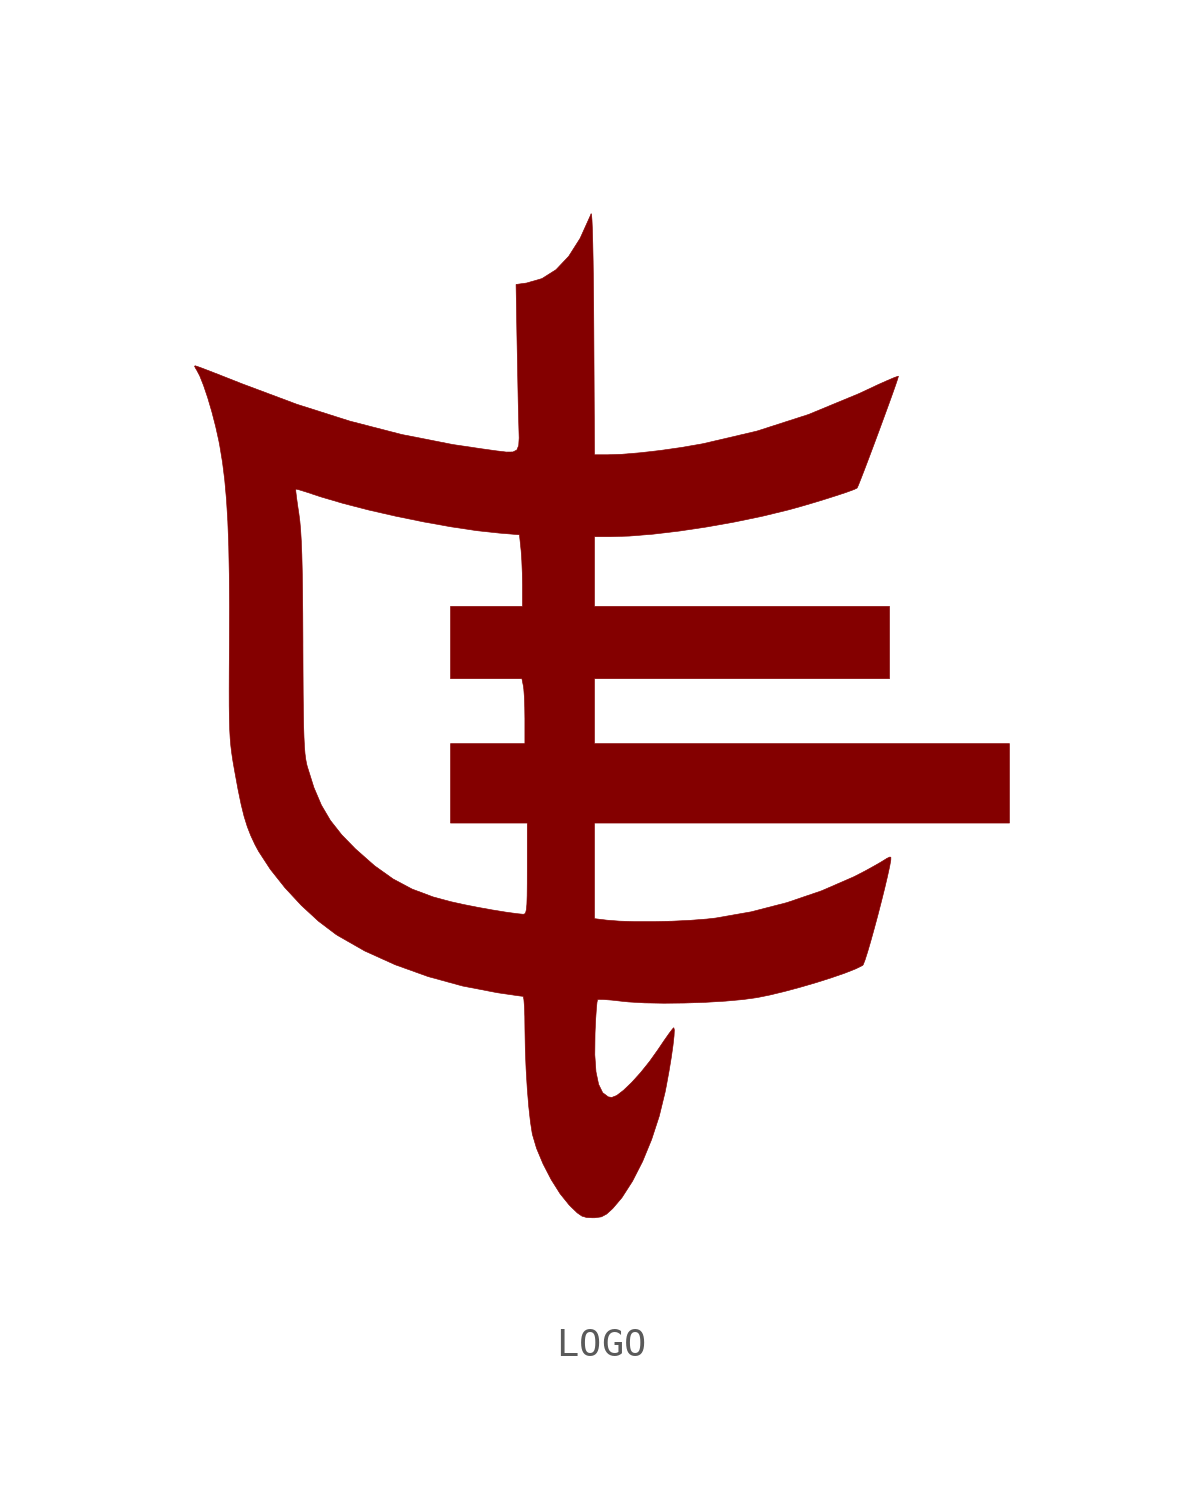
<source format=kicad_sym>
(kicad_symbol_lib
  (version 20220914)
  (generator bitmap2component)
  (symbol "LOGO"
    (pin_names
      (offset 1.016))
    (property "Reference" "#G"
      (at 0 17.289 0)
      (effects (font (size 1.27 1.27)) hide))
    (symbol "LOGO_0_0"
      (polyline (pts (xy -0.234 -17.753) (xy -0.01 -17.722) (xy 0.174 -17.624) (xy 0.392 -17.426) (xy 0.715 -17.045) (xy 1.09 -16.462) (xy 1.445 -15.767) (xy 1.764 -14.991) (xy 2.033 -14.166) (xy 2.239 -13.322) (xy 2.282 -13.103) (xy 2.378 -12.58) (xy 2.458 -12.095) (xy 2.518 -11.674) (xy 2.555 -11.341) (xy 2.565 -11.123) (xy 2.546 -11.046) (xy 2.5 -11.091) (xy 2.377 -11.253) (xy 2.2 -11.505) (xy 1.99 -11.816) (xy 1.989 -11.818) (xy 1.692 -12.235) (xy 1.375 -12.63) (xy 1.06 -12.978) (xy 0.77 -13.256) (xy 0.529 -13.44) (xy 0.358 -13.507) (xy 0.234 -13.488) (xy 0.037 -13.341) (xy -0.107 -13.047) (xy -0.2 -12.603) (xy -0.242 -12.004) (xy -0.234 -11.245) (xy -0.23 -11.138) (xy -0.21 -10.727) (xy -0.187 -10.388) (xy -0.165 -10.153) (xy -0.145 -10.056) (xy -0.103 -10.047) (xy 0.077 -10.051) (xy 0.364 -10.073) (xy 0.717 -10.113) (xy 0.952 -10.137) (xy 1.523 -10.17) (xy 2.195 -10.182) (xy 2.923 -10.175) (xy 3.662 -10.15) (xy 4.369 -10.108) (xy 4.997 -10.051) (xy 5.503 -9.98) (xy 5.919 -9.896) (xy 6.452 -9.768) (xy 7.019 -9.615) (xy 7.589 -9.449) (xy 8.126 -9.278) (xy 8.599 -9.114) (xy 8.973 -8.966) (xy 9.214 -8.845) (xy 9.233 -8.818) (xy 9.297 -8.653) (xy 9.388 -8.368) (xy 9.499 -7.989) (xy 9.622 -7.546) (xy 9.751 -7.067) (xy 9.876 -6.581) (xy 9.992 -6.115) (xy 10.09 -5.699) (xy 10.164 -5.361) (xy 10.206 -5.129) (xy 10.208 -5.032) (xy 10.172 -5.021) (xy 10.056 -5.075) (xy 10.03 -5.094) (xy 9.867 -5.194) (xy 9.612 -5.341) (xy 9.306 -5.51) (xy 8.898 -5.72) (xy 7.767 -6.212) (xy 6.543 -6.629) (xy 5.277 -6.956) (xy 4.015 -7.177) (xy 3.713 -7.211) (xy 3.134 -7.256) (xy 2.49 -7.287) (xy 1.827 -7.302) (xy 1.191 -7.302) (xy 0.63 -7.285) (xy 0.191 -7.251) (xy -0.254 -7.197) (xy -0.254 -5.51) (xy -0.254 -3.823) (xy 7.07 -3.823) (xy 14.393 -3.823) (xy 14.393 -2.421) (xy 14.393 -1.019) (xy 7.07 -1.019) (xy -0.254 -1.019) (xy -0.254 0.128) (xy -0.254 1.274) (xy 4.953 1.274) (xy 10.16 1.274) (xy 10.16 2.549) (xy 10.16 3.823) (xy 4.953 3.823) (xy -0.254 3.823) (xy -0.254 5.055) (xy -0.254 6.286) (xy 0.341 6.286) (xy 0.972 6.306) (xy 1.811 6.373) (xy 2.74 6.483) (xy 3.722 6.63) (xy 4.718 6.808) (xy 5.692 7.011) (xy 6.604 7.233) (xy 6.681 7.254) (xy 7.088 7.368) (xy 7.524 7.496) (xy 7.957 7.629) (xy 8.354 7.756) (xy 8.684 7.867) (xy 8.915 7.952) (xy 9.015 8.001) (xy 9.015 8.001) (xy 9.059 8.095) (xy 9.148 8.319) (xy 9.275 8.647) (xy 9.429 9.053) (xy 9.601 9.511) (xy 9.78 9.993) (xy 9.957 10.475) (xy 10.123 10.929) (xy 10.267 11.329) (xy 10.38 11.65) (xy 10.452 11.865) (xy 10.474 11.947) (xy 10.463 11.947) (xy 10.339 11.905) (xy 10.1 11.804) (xy 9.774 11.659) (xy 9.39 11.479) (xy 9.096 11.341) (xy 7.301 10.598) (xy 5.477 10.011) (xy 3.589 9.569) (xy 3.504 9.553) (xy 2.797 9.431) (xy 2.066 9.327) (xy 1.357 9.246) (xy 0.719 9.193) (xy 0.198 9.175) (xy -0.253 9.175) (xy -0.276 13.528) (xy -0.276 13.546) (xy -0.282 14.463) (xy -0.291 15.289) (xy -0.301 16.011) (xy -0.313 16.619) (xy -0.326 17.102) (xy -0.341 17.448) (xy -0.356 17.647) (xy -0.372 17.687) (xy -0.401 17.611) (xy -0.761 16.814) (xy -1.164 16.18) (xy -1.613 15.707) (xy -2.109 15.394) (xy -2.653 15.237) (xy -3.021 15.187) (xy -2.992 13.476) (xy -2.983 12.994) (xy -2.97 12.319) (xy -2.957 11.643) (xy -2.945 11.021) (xy -2.933 10.513) (xy -2.923 10.162) (xy -2.912 9.768) (xy -2.928 9.502) (xy -2.994 9.344) (xy -3.134 9.274) (xy -3.373 9.272) (xy -3.733 9.316) (xy -4.239 9.387) (xy -5.252 9.537) (xy -7.06 9.892) (xy -8.889 10.364) (xy -10.764 10.96) (xy -12.71 11.688) (xy -12.801 11.724) (xy -13.277 11.912) (xy -13.694 12.075) (xy -14.029 12.204) (xy -14.256 12.288) (xy -14.351 12.318) (xy -14.369 12.297) (xy -14.317 12.2) (xy -14.301 12.179) (xy -14.186 11.962) (xy -14.05 11.619) (xy -13.903 11.183) (xy -13.757 10.688) (xy -13.623 10.169) (xy -13.51 9.661) (xy -13.477 9.487) (xy -13.382 8.911) (xy -13.304 8.286) (xy -13.275 7.964) (xy -10.799 7.964) (xy -10.792 7.965) (xy -10.677 7.938) (xy -10.451 7.869) (xy -10.155 7.771) (xy -9.913 7.691) (xy -9.117 7.457) (xy -8.214 7.224) (xy -7.246 7.003) (xy -6.26 6.802) (xy -5.298 6.63) (xy -4.407 6.497) (xy -3.631 6.413) (xy -2.901 6.353) (xy -2.848 5.84) (xy -2.842 5.788) (xy -2.818 5.429) (xy -2.801 4.997) (xy -2.794 4.575) (xy -2.794 3.823) (xy -4.064 3.823) (xy -5.334 3.823) (xy -5.334 2.549) (xy -5.334 1.274) (xy -4.075 1.274) (xy -2.815 1.274) (xy -2.762 1.009) (xy -2.748 0.904) (xy -2.728 0.627) (xy -2.715 0.263) (xy -2.709 -0.138) (xy -2.709 -1.019) (xy -4.022 -1.019) (xy -5.334 -1.019) (xy -5.334 -2.421) (xy -5.334 -3.823) (xy -3.979 -3.823) (xy -2.625 -3.823) (xy -2.625 -5.437) (xy -2.626 -5.958) (xy -2.63 -6.384) (xy -2.639 -6.683) (xy -2.657 -6.876) (xy -2.683 -6.985) (xy -2.721 -7.033) (xy -2.773 -7.042) (xy -2.977 -7.022) (xy -3.375 -6.968) (xy -3.858 -6.89) (xy -4.38 -6.796) (xy -4.894 -6.694) (xy -5.353 -6.592) (xy -5.949 -6.43) (xy -6.688 -6.154) (xy -7.361 -5.796) (xy -8.014 -5.331) (xy -8.69 -4.735) (xy -9.172 -4.241) (xy -9.573 -3.732) (xy -9.892 -3.19) (xy -10.156 -2.57) (xy -10.39 -1.826) (xy -10.414 -1.732) (xy -10.444 -1.572) (xy -10.47 -1.374) (xy -10.49 -1.121) (xy -10.506 -0.797) (xy -10.519 -0.386) (xy -10.528 0.129) (xy -10.535 0.765) (xy -10.54 1.538) (xy -10.544 2.464) (xy -10.544 2.587) (xy -10.549 3.565) (xy -10.557 4.392) (xy -10.568 5.084) (xy -10.582 5.657) (xy -10.601 6.128) (xy -10.624 6.514) (xy -10.652 6.83) (xy -10.686 7.093) (xy -10.724 7.345) (xy -10.768 7.658) (xy -10.794 7.877) (xy -10.799 7.964) (xy -13.275 7.964) (xy -13.242 7.595) (xy -13.195 6.821) (xy -13.162 5.947) (xy -13.143 4.955) (xy -13.135 3.828) (xy -13.139 2.549) (xy -13.14 2.373) (xy -13.145 1.549) (xy -13.147 0.87) (xy -13.146 0.314) (xy -13.14 -0.14) (xy -13.129 -0.513) (xy -13.112 -0.827) (xy -13.088 -1.103) (xy -13.056 -1.361) (xy -13.017 -1.623) (xy -12.967 -1.911) (xy -12.958 -1.962) (xy -12.836 -2.628) (xy -12.726 -3.16) (xy -12.62 -3.589) (xy -12.508 -3.949) (xy -12.382 -4.272) (xy -12.233 -4.59) (xy -12.108 -4.822) (xy -11.695 -5.455) (xy -11.18 -6.105) (xy -10.6 -6.73) (xy -9.993 -7.289) (xy -9.396 -7.741) (xy -9.314 -7.795) (xy -8.363 -8.338) (xy -7.288 -8.824) (xy -6.126 -9.241) (xy -4.912 -9.574) (xy -3.683 -9.811) (xy -3.437 -9.847) (xy -3.113 -9.894) (xy -2.879 -9.927) (xy -2.773 -9.939) (xy -2.767 -9.943) (xy -2.744 -10.057) (xy -2.726 -10.303) (xy -2.713 -10.65) (xy -2.708 -11.065) (xy -2.707 -11.141) (xy -2.695 -11.81) (xy -2.667 -12.507) (xy -2.626 -13.192) (xy -2.574 -13.826) (xy -2.514 -14.369) (xy -2.45 -14.781) (xy -2.445 -14.808) (xy -2.298 -15.304) (xy -2.067 -15.856) (xy -1.78 -16.41) (xy -1.466 -16.908) (xy -1.154 -17.295) (xy -1.075 -17.376) (xy -0.861 -17.582) (xy -0.696 -17.696) (xy -0.533 -17.744) (xy -0.323 -17.755) (xy -0.234 -17.753)) (stroke (width 0.01) (type default)) (fill (type outline))))))
</source>
